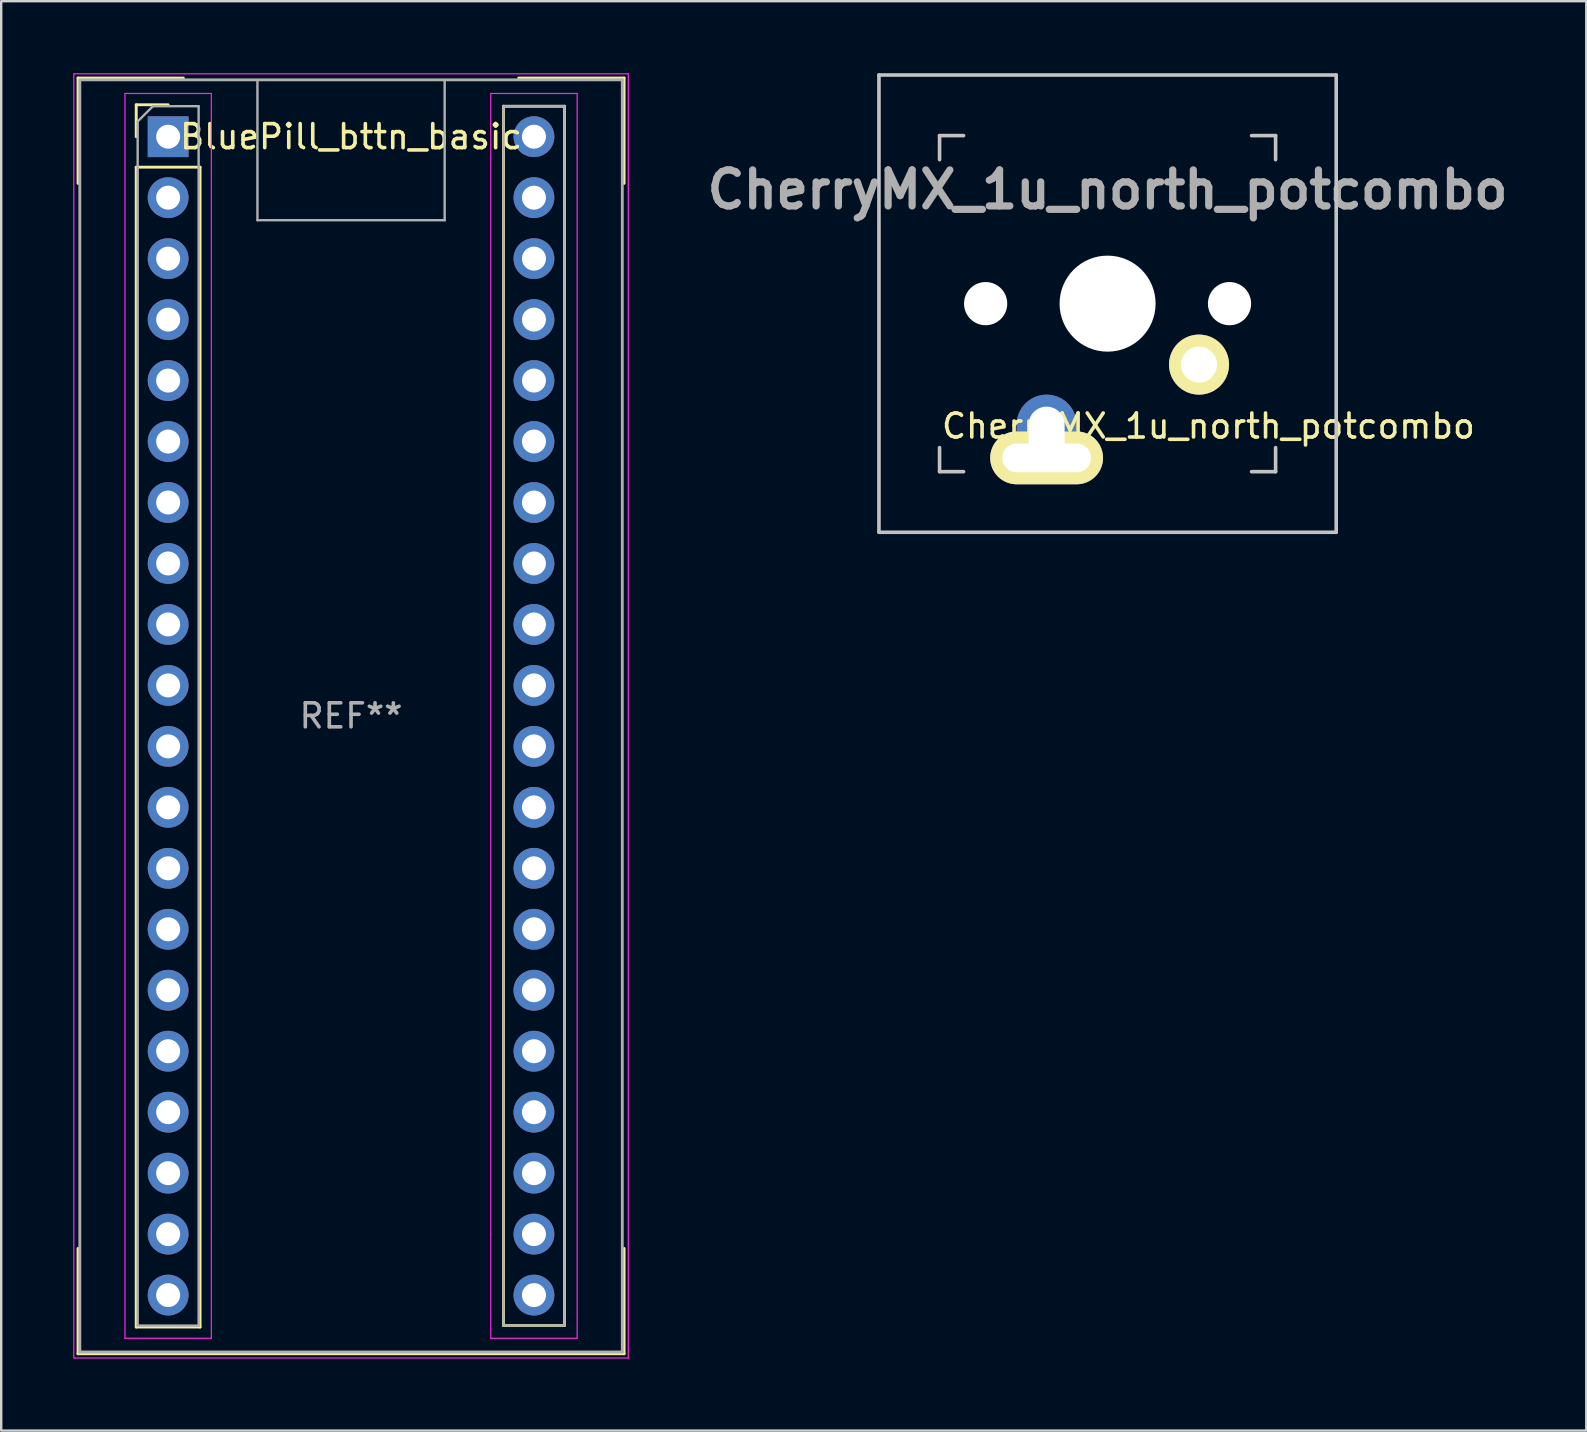
<source format=kicad_pcb>
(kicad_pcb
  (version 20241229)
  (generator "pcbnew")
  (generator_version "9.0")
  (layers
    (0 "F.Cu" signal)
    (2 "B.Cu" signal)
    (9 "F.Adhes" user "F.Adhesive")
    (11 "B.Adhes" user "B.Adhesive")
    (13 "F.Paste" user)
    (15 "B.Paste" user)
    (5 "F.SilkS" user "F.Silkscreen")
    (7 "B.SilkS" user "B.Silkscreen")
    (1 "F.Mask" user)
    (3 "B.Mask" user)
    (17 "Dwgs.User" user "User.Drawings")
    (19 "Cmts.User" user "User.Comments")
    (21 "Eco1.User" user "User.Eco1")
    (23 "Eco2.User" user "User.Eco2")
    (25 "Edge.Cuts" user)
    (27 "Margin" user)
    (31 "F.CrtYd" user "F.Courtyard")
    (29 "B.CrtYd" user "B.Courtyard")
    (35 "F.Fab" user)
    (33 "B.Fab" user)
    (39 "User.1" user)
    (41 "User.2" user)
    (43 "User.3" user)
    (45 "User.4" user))
  (footprint "CherryMX_1u_north_potcombo"
    (layer "F.Cu")
    (at 43.093 9.6)
    (property "Reference" "CherryMX_1u_north_potcombo" (at 4.2 5.1 180) (layer "F.SilkS") (effects (font (size 1 1) (thickness 0.15))))
    (attr through_hole)
    (fp_line (start -9.525 -9.525) (end 9.525 -9.525) (stroke (width 0.15) (type solid)) (layer "Dwgs.User"))
    (fp_line (start -9.525 9.525) (end -9.525 -9.525) (stroke (width 0.15) (type solid)) (layer "Dwgs.User"))
    (fp_line (start -7 -7) (end -7 -6) (stroke (width 0.15) (type solid)) (layer "Dwgs.User"))
    (fp_line (start -7 6) (end -7 7) (stroke (width 0.15) (type solid)) (layer "Dwgs.User"))
    (fp_line (start -7 7) (end -6 7) (stroke (width 0.15) (type solid)) (layer "Dwgs.User"))
    (fp_line (start -6 -7) (end -7 -7) (stroke (width 0.15) (type solid)) (layer "Dwgs.User"))
    (fp_line (start 6 -7) (end 7 -7) (stroke (width 0.15) (type solid)) (layer "Dwgs.User"))
    (fp_line (start 7 -6) (end 7 -7) (stroke (width 0.15) (type solid)) (layer "Dwgs.User"))
    (fp_line (start 7 6) (end 7 7) (stroke (width 0.15) (type solid)) (layer "Dwgs.User"))
    (fp_line (start 7 7) (end 6 7) (stroke (width 0.15) (type solid)) (layer "Dwgs.User"))
    (fp_line (start 9.525 -9.525) (end 9.525 9.525) (stroke (width 0.15) (type solid)) (layer "Dwgs.User"))
    (fp_line (start 9.525 9.525) (end -9.525 9.525) (stroke (width 0.15) (type solid)) (layer "Dwgs.User"))
    (fp_line (start -2.54 5.08) (end 0 5.08) (stroke (width 0.2) (type solid)) (layer "User.2"))
    (fp_text user "${REFERENCE}" (at 0 -4.75 0) (unlocked yes) (layer "F.Fab") (effects (font (size 1.5 1.5) (thickness 0.3))))
    (pad "" np_thru_hole circle (at -5.08 0 270) (size 1.8 1.8) (drill 1.8) (layers "*.Cu" "*.Mask"))
    (pad "" np_thru_hole circle (at 0 0 270) (size 4 4) (drill 4) (layers "*.Cu" "*.Mask"))
    (pad "" np_thru_hole circle (at 5.08 0 270) (size 1.8 1.8) (drill 1.8) (layers "*.Cu" "*.Mask"))
    (pad "1" thru_hole circle (at 3.81 2.54 180) (size 2.5 2.5) (drill 1.5) (layers "*.Cu" "B.Mask" "F.SilkS"))
    (pad "2" thru_hole oval (at -2.54 5.639 180) (size 2.5 3.695) (drill oval 1.5 2.695) (layers "*.Cu" "B.Mask"))
    (pad "2" thru_hole oval (at -2.54 6.425) (size 4.7 2.2) (drill oval 3.7 1.2) (layers "*.Cu" "B.Mask" "F.SilkS")))
  (footprint "BluePill_bttn_basic"
    (layer "F.Cu")
    (at 3.955 2.645)
    (property "Reference" "BluePill_bttn_basic" (at 7.62 0 0) (layer "F.SilkS") (effects (font (size 1 1) (thickness 0.15))))
    (attr through_hole)
    (fp_line (start -3.755 -2.445) (end -3.755 1.945) (stroke (width 0.12) (type solid)) (layer "F.SilkS"))
    (fp_line (start -3.755 -2.445) (end 0.635 -2.445) (stroke (width 0.12) (type solid)) (layer "F.SilkS"))
    (fp_line (start -3.755 50.705) (end -3.755 46.315) (stroke (width 0.12) (type solid)) (layer "F.SilkS"))
    (fp_line (start -1.33 -1.33) (end 0 -1.33) (stroke (width 0.12) (type solid)) (layer "F.SilkS"))
    (fp_line (start -1.33 0) (end -1.33 -1.33) (stroke (width 0.12) (type solid)) (layer "F.SilkS"))
    (fp_line (start -1.33 1.27) (end 1.33 1.27) (stroke (width 0.12) (type solid)) (layer "F.SilkS"))
    (fp_line (start -1.33 49.59) (end -1.33 1.27) (stroke (width 0.12) (type solid)) (layer "F.SilkS"))
    (fp_line (start 1.33 1.27) (end 1.33 49.59) (stroke (width 0.12) (type solid)) (layer "F.SilkS"))
    (fp_line (start 1.33 49.59) (end -1.33 49.59) (stroke (width 0.12) (type solid)) (layer "F.SilkS"))
    (fp_line (start 13.97 -1.27) (end 16.51 -1.27) (stroke (width 0.12) (type solid)) (layer "F.SilkS"))
    (fp_line (start 13.97 49.53) (end 13.97 -1.27) (stroke (width 0.12) (type solid)) (layer "F.SilkS"))
    (fp_line (start 14.605 -2.445) (end 18.995 -2.445) (stroke (width 0.12) (type solid)) (layer "F.SilkS"))
    (fp_line (start 16.51 -1.27) (end 16.51 49.53) (stroke (width 0.12) (type solid)) (layer "F.SilkS"))
    (fp_line (start 16.51 49.53) (end 13.97 49.53) (stroke (width 0.12) (type solid)) (layer "F.SilkS"))
    (fp_line (start 18.995 -2.445) (end 18.995 1.945) (stroke (width 0.12) (type solid)) (layer "F.SilkS"))
    (fp_line (start 18.995 50.705) (end -3.755 50.705) (stroke (width 0.12) (type solid)) (layer "F.SilkS"))
    (fp_line (start 18.995 50.705) (end 18.995 46.315) (stroke (width 0.12) (type solid)) (layer "F.SilkS"))
    (fp_line (start -3.93 -2.62) (end 19.17 -2.62) (stroke (width 0.05) (type solid)) (layer "F.CrtYd"))
    (fp_line (start -3.93 50.88) (end -3.93 -2.62) (stroke (width 0.05) (type solid)) (layer "F.CrtYd"))
    (fp_line (start -1.8 -1.8) (end -1.8 50.06) (stroke (width 0.05) (type solid)) (layer "F.CrtYd"))
    (fp_line (start -1.8 50.06) (end 1.8 50.06) (stroke (width 0.05) (type solid)) (layer "F.CrtYd"))
    (fp_line (start 1.8 -1.8) (end -1.8 -1.8) (stroke (width 0.05) (type solid)) (layer "F.CrtYd"))
    (fp_line (start 1.8 -1.8) (end 1.8 45.72) (stroke (width 0.05) (type solid)) (layer "F.CrtYd"))
    (fp_line (start 1.8 45.72) (end 1.8 50.06) (stroke (width 0.05) (type solid)) (layer "F.CrtYd"))
    (fp_line (start 13.44 -1.8) (end 13.44 45.72) (stroke (width 0.05) (type solid)) (layer "F.CrtYd"))
    (fp_line (start 13.44 -1.8) (end 17.04 -1.8) (stroke (width 0.05) (type solid)) (layer "F.CrtYd"))
    (fp_line (start 13.44 45.72) (end 13.44 50.06) (stroke (width 0.05) (type solid)) (layer "F.CrtYd"))
    (fp_line (start 17.04 -1.8) (end 17.04 50.06) (stroke (width 0.05) (type solid)) (layer "F.CrtYd"))
    (fp_line (start 17.04 50.06) (end 13.44 50.06) (stroke (width 0.05) (type solid)) (layer "F.CrtYd"))
    (fp_line (start 19.17 -2.62) (end 19.17 50.88) (stroke (width 0.05) (type solid)) (layer "F.CrtYd"))
    (fp_line (start 19.17 50.88) (end -3.93 50.88) (stroke (width 0.05) (type solid)) (layer "F.CrtYd"))
    (fp_line (start -3.68 -2.37) (end 18.92 -2.37) (stroke (width 0.12) (type solid)) (layer "F.Fab"))
    (fp_line (start -3.68 50.63) (end -3.68 -2.32) (stroke (width 0.12) (type solid)) (layer "F.Fab"))
    (fp_line (start -3.68 50.63) (end 18.92 50.63) (stroke (width 0.12) (type solid)) (layer "F.Fab"))
    (fp_line (start -1.27 -0.635) (end -0.635 -1.27) (stroke (width 0.1) (type solid)) (layer "F.Fab"))
    (fp_line (start -1.27 49.53) (end -1.27 -0.635) (stroke (width 0.1) (type solid)) (layer "F.Fab"))
    (fp_line (start -0.635 -1.27) (end 1.27 -1.27) (stroke (width 0.1) (type solid)) (layer "F.Fab"))
    (fp_line (start 1.27 -1.27) (end 1.27 49.53) (stroke (width 0.1) (type solid)) (layer "F.Fab"))
    (fp_line (start 1.27 49.53) (end -1.27 49.53) (stroke (width 0.1) (type solid)) (layer "F.Fab"))
    (fp_line (start 3.72 3.48) (end 3.72 -2.32) (stroke (width 0.1) (type solid)) (layer "F.Fab"))
    (fp_line (start 3.72 3.48) (end 11.52 3.48) (stroke (width 0.1) (type solid)) (layer "F.Fab"))
    (fp_line (start 11.52 3.48) (end 11.52 -2.32) (stroke (width 0.1) (type solid)) (layer "F.Fab"))
    (fp_line (start 13.97 -1.27) (end 16.51 -1.27) (stroke (width 0.1) (type solid)) (layer "F.Fab"))
    (fp_line (start 13.97 49.53) (end 13.97 -1.27) (stroke (width 0.1) (type solid)) (layer "F.Fab"))
    (fp_line (start 16.51 -1.27) (end 16.51 49.53) (stroke (width 0.1) (type solid)) (layer "F.Fab"))
    (fp_line (start 16.51 49.53) (end 13.97 49.53) (stroke (width 0.1) (type solid)) (layer "F.Fab"))
    (fp_line (start 18.92 -2.37) (end 18.92 50.63) (stroke (width 0.12) (type solid)) (layer "F.Fab"))
    (fp_text user "REF**" (at 7.62 24.13 180) (layer "F.Fab") (effects (font (size 1 1) (thickness 0.15))))
    (pad "1" thru_hole rect (at 0 0) (size 1.7 1.7) (drill 1) (layers "*.Cu" "*.Mask"))
    (pad "2" thru_hole circle (at 0 2.54) (size 1.7 1.7) (drill 1) (layers "*.Cu" "*.Mask"))
    (pad "3" thru_hole circle (at 0 5.08) (size 1.7 1.7) (drill 1) (layers "*.Cu" "*.Mask"))
    (pad "4" thru_hole circle (at 0 7.62) (size 1.7 1.7) (drill 1) (layers "*.Cu" "*.Mask"))
    (pad "5" thru_hole circle (at 0 10.16) (size 1.7 1.7) (drill 1) (layers "*.Cu" "*.Mask"))
    (pad "6" thru_hole circle (at 0 12.7) (size 1.7 1.7) (drill 1) (layers "*.Cu" "*.Mask"))
    (pad "7" thru_hole circle (at 0 15.24) (size 1.7 1.7) (drill 1) (layers "*.Cu" "*.Mask"))
    (pad "8" thru_hole circle (at 0 17.78) (size 1.7 1.7) (drill 1) (layers "*.Cu" "*.Mask"))
    (pad "9" thru_hole circle (at 0 20.32) (size 1.7 1.7) (drill 1) (layers "*.Cu" "*.Mask"))
    (pad "10" thru_hole circle (at 0 22.86) (size 1.7 1.7) (drill 1) (layers "*.Cu" "*.Mask"))
    (pad "11" thru_hole circle (at 0 25.4) (size 1.7 1.7) (drill 1) (layers "*.Cu" "*.Mask"))
    (pad "12" thru_hole circle (at 0 27.94) (size 1.7 1.7) (drill 1) (layers "*.Cu" "*.Mask"))
    (pad "13" thru_hole circle (at 0 30.48) (size 1.7 1.7) (drill 1) (layers "*.Cu" "*.Mask"))
    (pad "14" thru_hole circle (at 0 33.02) (size 1.7 1.7) (drill 1) (layers "*.Cu" "*.Mask"))
    (pad "15" thru_hole circle (at 0 35.56) (size 1.7 1.7) (drill 1) (layers "*.Cu" "*.Mask"))
    (pad "16" thru_hole circle (at 0 38.1) (size 1.7 1.7) (drill 1) (layers "*.Cu" "*.Mask"))
    (pad "17" thru_hole circle (at 0 40.64) (size 1.7 1.7) (drill 1) (layers "*.Cu" "*.Mask"))
    (pad "18" thru_hole circle (at 0 43.18) (size 1.7 1.7) (drill 1) (layers "*.Cu" "*.Mask"))
    (pad "19" thru_hole circle (at 0 45.72) (size 1.7 1.7) (drill 1) (layers "*.Cu" "*.Mask"))
    (pad "20" thru_hole circle (at 0 48.26) (size 1.7 1.7) (drill 1) (layers "*.Cu" "*.Mask"))
    (pad "21" thru_hole circle (at 15.24 48.26) (size 1.7 1.7) (drill 1) (layers "*.Cu" "*.Mask"))
    (pad "22" thru_hole circle (at 15.24 45.72) (size 1.7 1.7) (drill 1) (layers "*.Cu" "*.Mask"))
    (pad "23" thru_hole circle (at 15.24 43.18) (size 1.7 1.7) (drill 1) (layers "*.Cu" "*.Mask"))
    (pad "24" thru_hole circle (at 15.24 40.64) (size 1.7 1.7) (drill 1) (layers "*.Cu" "*.Mask"))
    (pad "25" thru_hole circle (at 15.24 38.1) (size 1.7 1.7) (drill 1) (layers "*.Cu" "*.Mask"))
    (pad "26" thru_hole circle (at 15.24 35.56) (size 1.7 1.7) (drill 1) (layers "*.Cu" "*.Mask"))
    (pad "27" thru_hole circle (at 15.24 33.02) (size 1.7 1.7) (drill 1) (layers "*.Cu" "*.Mask"))
    (pad "28" thru_hole circle (at 15.24 30.48) (size 1.7 1.7) (drill 1) (layers "*.Cu" "*.Mask"))
    (pad "29" thru_hole circle (at 15.24 27.94) (size 1.7 1.7) (drill 1) (layers "*.Cu" "*.Mask"))
    (pad "30" thru_hole circle (at 15.24 25.4) (size 1.7 1.7) (drill 1) (layers "*.Cu" "*.Mask"))
    (pad "31" thru_hole circle (at 15.24 22.86) (size 1.7 1.7) (drill 1) (layers "*.Cu" "*.Mask"))
    (pad "32" thru_hole circle (at 15.24 20.32) (size 1.7 1.7) (drill 1) (layers "*.Cu" "*.Mask"))
    (pad "33" thru_hole circle (at 15.24 17.78) (size 1.7 1.7) (drill 1) (layers "*.Cu" "*.Mask"))
    (pad "34" thru_hole circle (at 15.24 15.24) (size 1.7 1.7) (drill 1) (layers "*.Cu" "*.Mask"))
    (pad "35" thru_hole circle (at 15.24 12.7) (size 1.7 1.7) (drill 1) (layers "*.Cu" "*.Mask"))
    (pad "36" thru_hole circle (at 15.24 10.16) (size 1.7 1.7) (drill 1) (layers "*.Cu" "*.Mask"))
    (pad "37" thru_hole circle (at 15.24 7.62) (size 1.7 1.7) (drill 1) (layers "*.Cu" "*.Mask"))
    (pad "38" thru_hole circle (at 15.24 5.08) (size 1.7 1.7) (drill 1) (layers "*.Cu" "*.Mask"))
    (pad "39" thru_hole circle (at 15.24 2.54) (size 1.7 1.7) (drill 1) (layers "*.Cu" "*.Mask"))
    (pad "40" thru_hole circle (at 15.24 0) (size 1.7 1.7) (drill 1) (layers "*.Cu" "*.Mask")))
  (gr_rect
    (start -3 -3)
    (end 63.036 56.55)
    (stroke (width 0.1) (type default))
    (fill no)
    (layer "Edge.Cuts")))
</source>
